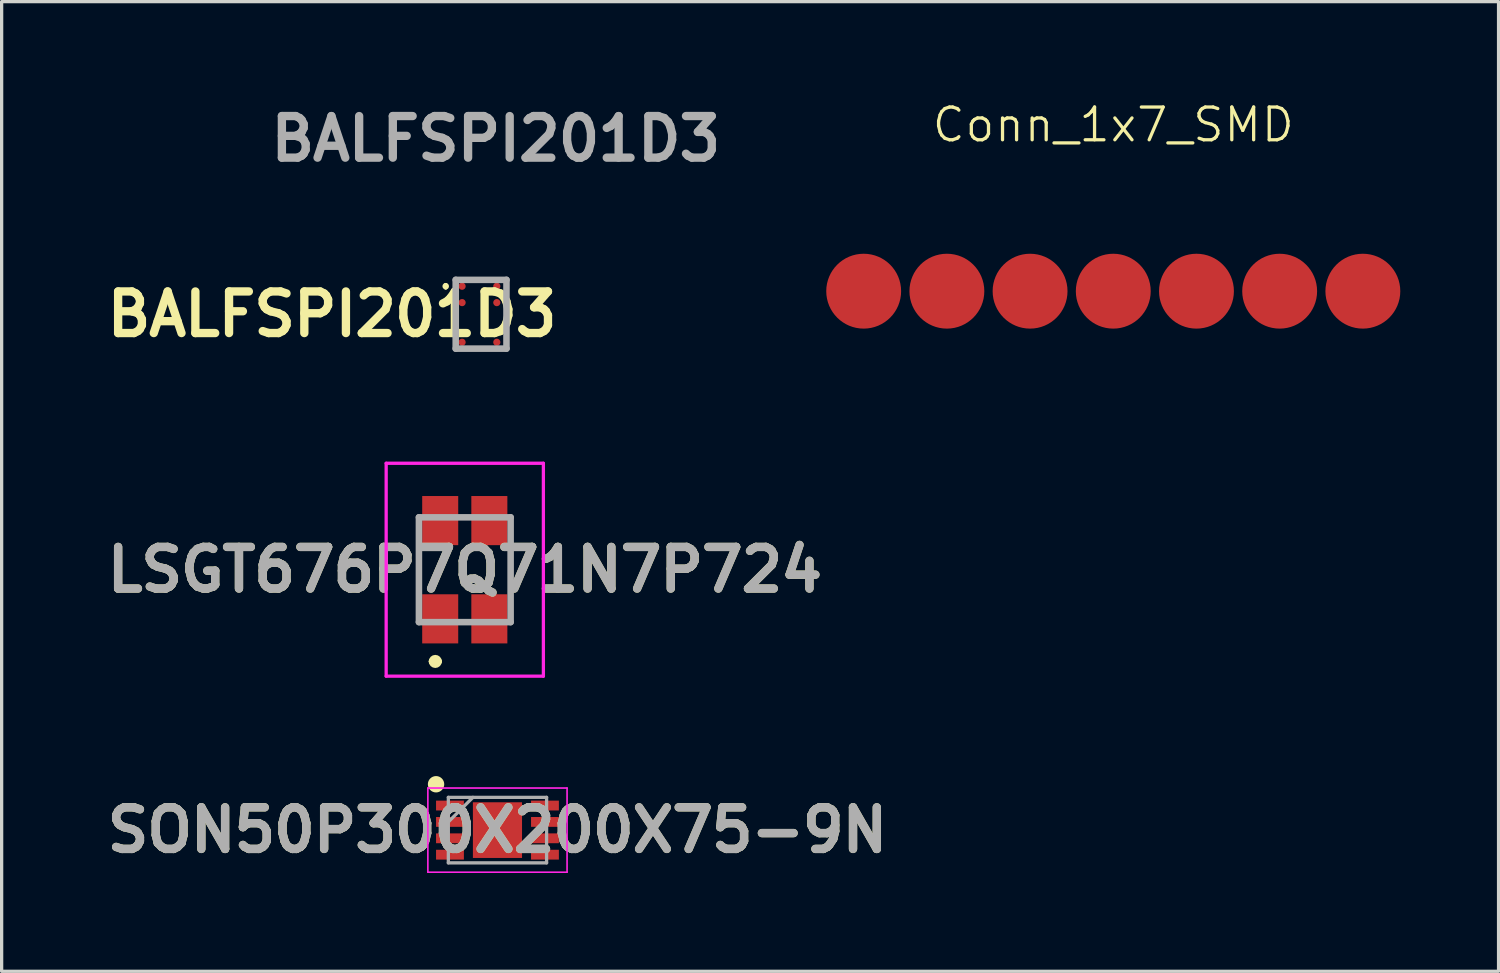
<source format=kicad_pcb>
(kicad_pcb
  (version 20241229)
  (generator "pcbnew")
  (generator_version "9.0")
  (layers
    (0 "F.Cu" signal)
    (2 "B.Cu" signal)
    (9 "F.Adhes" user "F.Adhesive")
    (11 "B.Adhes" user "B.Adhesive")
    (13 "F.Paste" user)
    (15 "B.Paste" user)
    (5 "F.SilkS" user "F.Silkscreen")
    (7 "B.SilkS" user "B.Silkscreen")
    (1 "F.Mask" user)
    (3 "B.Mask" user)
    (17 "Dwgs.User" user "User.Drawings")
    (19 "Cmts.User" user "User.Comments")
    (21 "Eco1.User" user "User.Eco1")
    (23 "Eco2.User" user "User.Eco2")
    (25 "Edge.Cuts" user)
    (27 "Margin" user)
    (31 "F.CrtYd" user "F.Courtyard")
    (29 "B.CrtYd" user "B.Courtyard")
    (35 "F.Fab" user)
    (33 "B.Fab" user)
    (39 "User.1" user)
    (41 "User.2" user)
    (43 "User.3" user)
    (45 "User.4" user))
  (footprint "LSGT676P7Q71N7P724"
    (layer "F.Cu")
    (at 11.14 14.344)
    (property "Reference" "LSGT676P7Q71N7P724" (at 0 0 0) (layer "F.SilkS") (effects (font (size 1.27 1.27) (thickness 0.254))))
    (attr smd)
    (fp_line (start -1 2.8) (end -1 2.8) (stroke (width 0.2) (type solid)) (layer "F.SilkS"))
    (fp_line (start -0.8 2.8) (end -0.8 2.8) (stroke (width 0.2) (type solid)) (layer "F.SilkS"))
    (fp_arc (start -1 2.8) (mid -0.9 2.7) (end -0.8 2.8) (stroke (width 0.2) (type solid)) (layer "F.SilkS"))
    (fp_arc (start -0.8 2.8) (mid -0.9 2.9) (end -1 2.8) (stroke (width 0.2) (type solid)) (layer "F.SilkS"))
    (fp_line (start -2.4 -3.25) (end 2.4 -3.25) (stroke (width 0.1) (type solid)) (layer "F.CrtYd"))
    (fp_line (start -2.4 3.25) (end -2.4 -3.25) (stroke (width 0.1) (type solid)) (layer "F.CrtYd"))
    (fp_line (start 2.4 -3.25) (end 2.4 3.25) (stroke (width 0.1) (type solid)) (layer "F.CrtYd"))
    (fp_line (start 2.4 3.25) (end -2.4 3.25) (stroke (width 0.1) (type solid)) (layer "F.CrtYd"))
    (fp_line (start -1.4 -1.6) (end 1.4 -1.6) (stroke (width 0.2) (type solid)) (layer "F.Fab"))
    (fp_line (start -1.4 1.6) (end -1.4 -1.6) (stroke (width 0.2) (type solid)) (layer "F.Fab"))
    (fp_line (start 1.4 -1.6) (end 1.4 1.6) (stroke (width 0.2) (type solid)) (layer "F.Fab"))
    (fp_line (start 1.4 1.6) (end -1.4 1.6) (stroke (width 0.2) (type solid)) (layer "F.Fab"))
    (fp_text user "${REFERENCE}" (at 0 0 0) (layer "F.Fab") (effects (font (size 1.27 1.27) (thickness 0.254))))
    (pad "1" smd rect (at -0.75 1.5) (size 1.1 1.5) (layers "F.Cu" "F.Mask" "F.Paste"))
    (pad "2" smd rect (at -0.75 -1.5) (size 1.1 1.5) (layers "F.Cu" "F.Mask" "F.Paste"))
    (pad "3" smd rect (at 0.75 -1.5) (size 1.1 1.5) (layers "F.Cu" "F.Mask" "F.Paste"))
    (pad "4" smd rect (at 0.75 1.5) (size 1.1 1.5) (layers "F.Cu" "F.Mask" "F.Paste")))
  (footprint "Conn_1x7_SMD"
    (layer "F.Cu")
    (at 30.939 5.84)
    (property "Reference" "Conn_1x7_SMD" (at 0 -5.08 0) (unlocked yes) (layer "F.SilkS") (effects (font (size 1 1) (thickness 0.1))))
    (attr smd)
    (pad "1" smd circle (at -7.62 0) (size 2.286 2.286) (layers "F.Cu" "F.Mask" "F.Paste"))
    (pad "2" smd circle (at -5.08 0) (size 2.286 2.286) (layers "F.Cu" "F.Mask" "F.Paste"))
    (pad "3" smd circle (at -2.54 0) (size 2.286 2.286) (layers "F.Cu" "F.Mask" "F.Paste"))
    (pad "4" smd circle (at 0 0) (size 2.286 2.286) (layers "F.Cu" "F.Mask" "F.Paste"))
    (pad "5" smd circle (at 2.54 0) (size 2.286 2.286) (layers "F.Cu" "F.Mask" "F.Paste"))
    (pad "6" smd circle (at 5.08 0) (size 2.286 2.286) (layers "F.Cu" "F.Mask" "F.Paste"))
    (pad "7" smd circle (at 7.62 0) (size 2.286 2.286) (layers "F.Cu" "F.Mask" "F.Paste")))
  (footprint "SON50P300X200X75-9N"
    (layer "F.Cu")
    (at 12.138 22.294)
    (property "Reference" "SON50P300X200X75-9N" (at 0 0 0) (layer "F.SilkS") (effects (font (size 1.27 1.27) (thickness 0.254))))
    (attr smd)
    (fp_circle (center -1.875 -1.4) (end -1.875 -1.275) (stroke (width 0.25) (type solid)) (fill no) (layer "F.SilkS"))
    (fp_line (start -2.125 -1.285) (end 2.125 -1.285) (stroke (width 0.05) (type solid)) (layer "F.CrtYd"))
    (fp_line (start -2.125 1.285) (end -2.125 -1.285) (stroke (width 0.05) (type solid)) (layer "F.CrtYd"))
    (fp_line (start 2.125 -1.285) (end 2.125 1.285) (stroke (width 0.05) (type solid)) (layer "F.CrtYd"))
    (fp_line (start 2.125 1.285) (end -2.125 1.285) (stroke (width 0.05) (type solid)) (layer "F.CrtYd"))
    (fp_line (start -1.5 -1) (end 1.5 -1) (stroke (width 0.1) (type solid)) (layer "F.Fab"))
    (fp_line (start -1.5 -0.25) (end -0.75 -1) (stroke (width 0.1) (type solid)) (layer "F.Fab"))
    (fp_line (start -1.5 1) (end -1.5 -1) (stroke (width 0.1) (type solid)) (layer "F.Fab"))
    (fp_line (start 1.5 -1) (end 1.5 1) (stroke (width 0.1) (type solid)) (layer "F.Fab"))
    (fp_line (start 1.5 1) (end -1.5 1) (stroke (width 0.1) (type solid)) (layer "F.Fab"))
    (fp_text user "${REFERENCE}" (at 0 0 0) (layer "F.Fab") (effects (font (size 1.27 1.27) (thickness 0.254))))
    (pad "1" smd rect (at -1.45 -0.75 90) (size 0.3 0.85) (layers "F.Cu" "F.Mask" "F.Paste"))
    (pad "2" smd rect (at -1.45 -0.25 90) (size 0.3 0.85) (layers "F.Cu" "F.Mask" "F.Paste"))
    (pad "3" smd rect (at -1.45 0.25 90) (size 0.3 0.85) (layers "F.Cu" "F.Mask" "F.Paste"))
    (pad "4" smd rect (at -1.45 0.75 90) (size 0.3 0.85) (layers "F.Cu" "F.Mask" "F.Paste"))
    (pad "5" smd rect (at 1.45 0.75 90) (size 0.3 0.85) (layers "F.Cu" "F.Mask" "F.Paste"))
    (pad "6" smd rect (at 1.45 0.25 90) (size 0.3 0.85) (layers "F.Cu" "F.Mask" "F.Paste"))
    (pad "7" smd rect (at 1.45 -0.25 90) (size 0.3 0.85) (layers "F.Cu" "F.Mask" "F.Paste"))
    (pad "8" smd rect (at 1.45 -0.75 90) (size 0.3 0.85) (layers "F.Cu" "F.Mask" "F.Paste"))
    (pad "9" smd rect (at 0 0) (size 1.5 1.7) (layers "F.Cu" "F.Mask" "F.Paste")))
  (footprint "BALFSPI201D3"
    (layer "F.Cu")
    (at 11.588 5.689)
    (property "Reference" "BALFSPI201D3" (at -4.5 0.855 0) (layer "F.SilkS") (effects (font (size 1.27 1.27) (thickness 0.254))))
    (attr smd)
    (fp_line (start -1.03 -0.05) (end -1.03 -0.05) (stroke (width 0.1) (type solid)) (layer "F.SilkS"))
    (fp_line (start -1.03 0.05) (end -1.03 0.05) (stroke (width 0.1) (type solid)) (layer "F.SilkS"))
    (fp_line (start -0.73 1.4) (end -0.725 0.8) (stroke (width 0.1) (type solid)) (layer "F.SilkS"))
    (fp_line (start -0.33 -0.195) (end 0.33 -0.195) (stroke (width 0.1) (type solid)) (layer "F.SilkS"))
    (fp_line (start -0.33 1.905) (end 0.33 1.905) (stroke (width 0.1) (type solid)) (layer "F.SilkS"))
    (fp_line (start 0.675 -0.195) (end 0.825 -0.195) (stroke (width 0.1) (type solid)) (layer "F.SilkS"))
    (fp_line (start 0.825 -0.195) (end 0.825 1.905) (stroke (width 0.1) (type solid)) (layer "F.SilkS"))
    (fp_line (start 0.825 1.905) (end 0.675 1.905) (stroke (width 0.1) (type solid)) (layer "F.SilkS"))
    (fp_arc (start -1.03 -0.05) (mid -0.98 0) (end -1.03 0.05) (stroke (width 0.1) (type solid)) (layer "F.SilkS"))
    (fp_arc (start -1.03 0.05) (mid -1.08 0) (end -1.03 -0.05) (stroke (width 0.1) (type solid)) (layer "F.SilkS"))
    (fp_line (start -0.725 -0.195) (end 0.825 -0.195) (stroke (width 0.2) (type solid)) (layer "F.Fab"))
    (fp_line (start -0.725 1.905) (end -0.725 -0.195) (stroke (width 0.2) (type solid)) (layer "F.Fab"))
    (fp_line (start 0.825 -0.195) (end 0.825 1.905) (stroke (width 0.2) (type solid)) (layer "F.Fab"))
    (fp_line (start 0.825 1.905) (end -0.725 1.905) (stroke (width 0.2) (type solid)) (layer "F.Fab"))
    (fp_line (start -1.48 -0.595) (end 1.225 -0.595) (stroke (width 0.1) (type solid)) (layer "User.1"))
    (fp_line (start -1.48 2.305) (end -1.48 -0.595) (stroke (width 0.1) (type solid)) (layer "User.1"))
    (fp_line (start 1.225 -0.595) (end 1.225 2.305) (stroke (width 0.1) (type solid)) (layer "User.1"))
    (fp_line (start 1.225 2.305) (end -1.48 2.305) (stroke (width 0.1) (type solid)) (layer "User.1"))
    (fp_text user "${REFERENCE}" (at 0.5 -4.5 0) (layer "F.Fab") (effects (font (size 1.27 1.27) (thickness 0.254))))
    (pad "A1" smd circle (at -0.53 0 90) (size 0.22 0.22) (layers "F.Cu" "F.Mask" "F.Paste"))
    (pad "A2" smd circle (at 0.53 0 90) (size 0.22 0.22) (layers "F.Cu" "F.Mask" "F.Paste"))
    (pad "B1" smd circle (at -0.53 0.5 90) (size 0.22 0.22) (layers "F.Cu" "F.Mask" "F.Paste"))
    (pad "B2" smd circle (at 0.53 0.5 90) (size 0.22 0.22) (layers "F.Cu" "F.Mask" "F.Paste"))
    (pad "D1" smd circle (at -0.53 1.71 90) (size 0.22 0.22) (layers "F.Cu" "F.Mask" "F.Paste"))
    (pad "D2" smd circle (at 0.53 1.71 90) (size 0.22 0.22) (layers "F.Cu" "F.Mask" "F.Paste")))
  (gr_rect
    (start -3 -3)
    (end 42.702 26.604)
    (stroke (width 0.1) (type default))
    (fill no)
    (layer "Edge.Cuts")))
</source>
